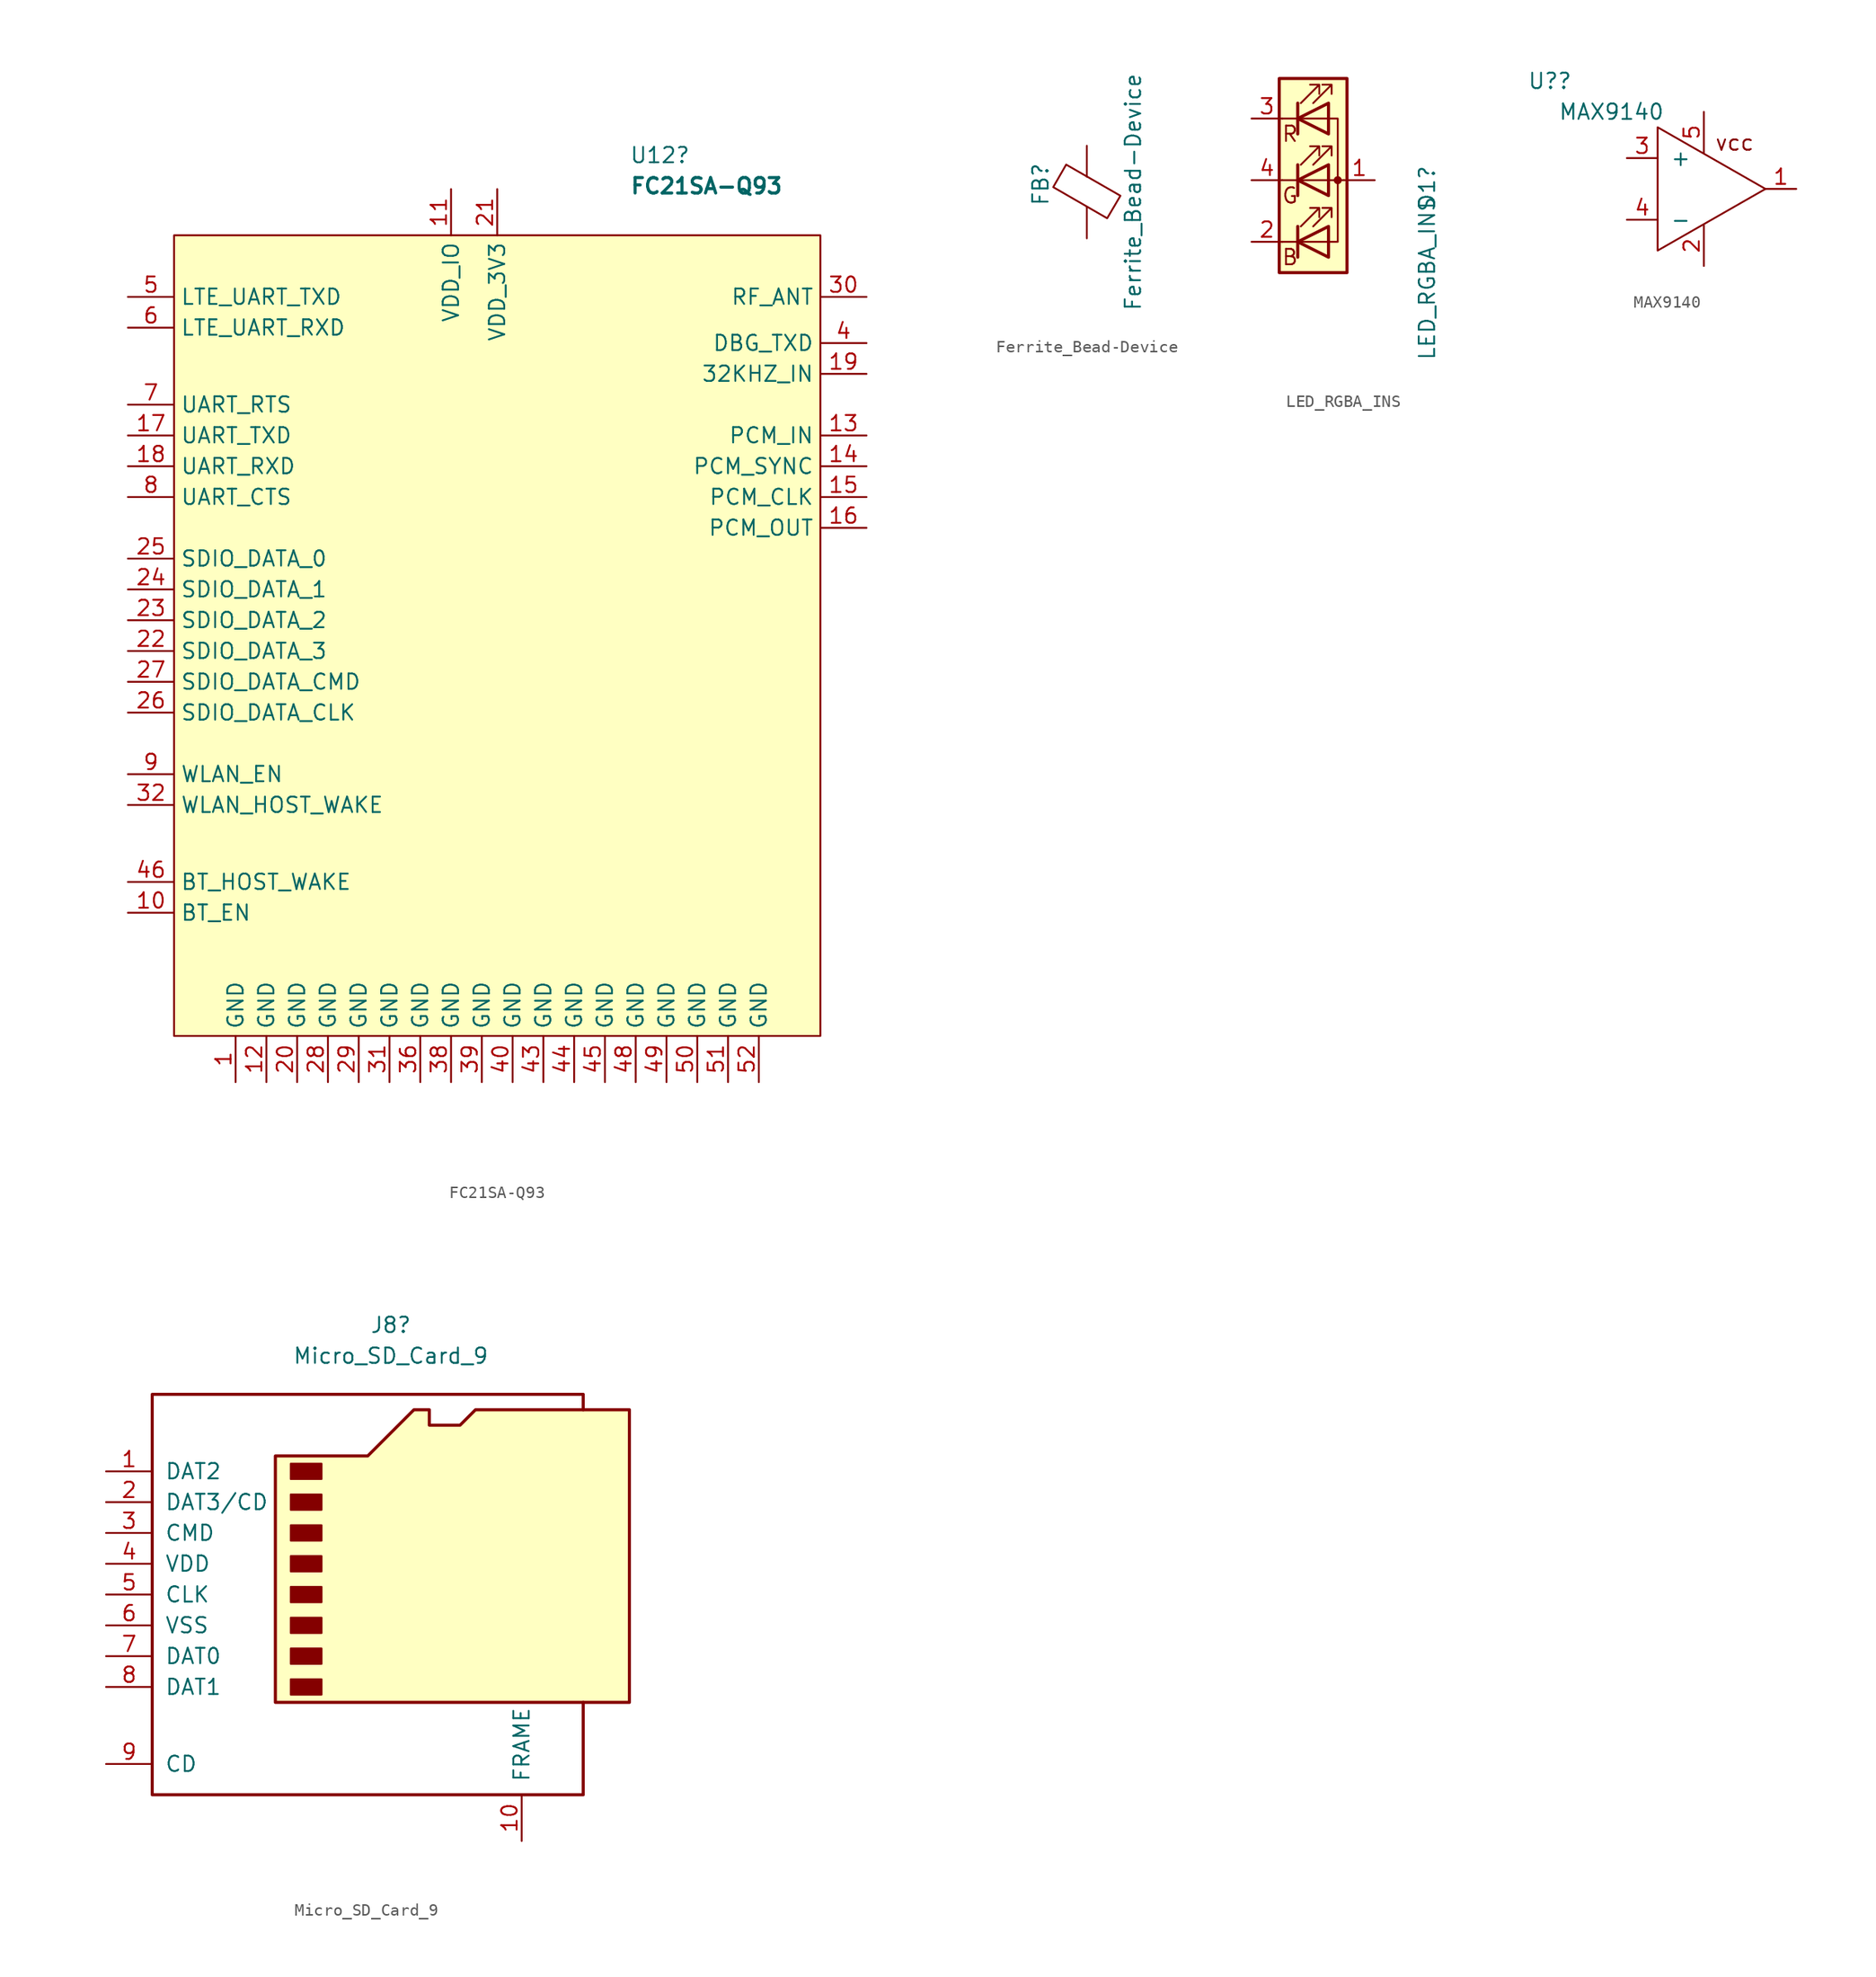
<source format=kicad_sym>
(kicad_symbol_lib
  (version 20220914)
  (generator kicad_symbol_editor)
  (symbol "FC21SA-Q93"
    (property "Reference" "U12"
      (at 24.879 4.064 0)
      (effects (font (size 1.27 1.27)) (justify left)))
    (property "Value" "FC21SA-Q93"
      (at 24.879 1.524 0)
      (effects (font (size 1.27 1.27) bold) (justify left)))
    (symbol "FC21SA-Q93_0_1"
      (rectangle (start -12.7 -2.54) (end 40.64 -68.58) (stroke (width 0) (type default)) (fill (type background))))
    (symbol "FC21SA-Q93_1_1"
      (pin power_in line (at -7.62 -72.39 90) (length 3.81) (name "GND" (effects (font (size 1.27 1.27)))) (number "1" (effects (font (size 1.27 1.27)))))
      (pin input line (at -16.51 -58.42 0) (length 3.81) (name "BT_EN" (effects (font (size 1.27 1.27)))) (number "10" (effects (font (size 1.27 1.27)))))
      (pin power_in line (at 10.16 1.27 270) (length 3.81) (name "VDD_IO" (effects (font (size 1.27 1.27)))) (number "11" (effects (font (size 1.27 1.27)))))
      (pin power_in line (at -5.08 -72.39 90) (length 3.81) (name "GND" (effects (font (size 1.27 1.27)))) (number "12" (effects (font (size 1.27 1.27)))))
      (pin input line (at 44.45 -19.05 180) (length 3.81) (name "PCM_IN" (effects (font (size 1.27 1.27)))) (number "13" (effects (font (size 1.27 1.27)))))
      (pin input line (at 44.45 -21.59 180) (length 3.81) (name "PCM_SYNC" (effects (font (size 1.27 1.27)))) (number "14" (effects (font (size 1.27 1.27)))))
      (pin input line (at 44.45 -24.13 180) (length 3.81) (name "PCM_CLK" (effects (font (size 1.27 1.27)))) (number "15" (effects (font (size 1.27 1.27)))))
      (pin output line (at 44.45 -26.67 180) (length 3.81) (name "PCM_OUT" (effects (font (size 1.27 1.27)))) (number "16" (effects (font (size 1.27 1.27)))))
      (pin output line (at -16.51 -19.05 0) (length 3.81) (name "UART_TXD" (effects (font (size 1.27 1.27)))) (number "17" (effects (font (size 1.27 1.27)))))
      (pin input line (at -16.51 -21.59 0) (length 3.81) (name "UART_RXD" (effects (font (size 1.27 1.27)))) (number "18" (effects (font (size 1.27 1.27)))))
      (pin input line (at 44.45 -13.97 180) (length 3.81) (name "32KHZ_IN" (effects (font (size 1.27 1.27)))) (number "19" (effects (font (size 1.27 1.27)))))
      (pin no_connect line (at 44.45 -38.1 180) (length 3.81) hide (name "RESV" (effects (font (size 1.27 1.27)))) (number "2" (effects (font (size 1.27 1.27)))))
      (pin power_in line (at -2.54 -72.39 90) (length 3.81) (name "GND" (effects (font (size 1.27 1.27)))) (number "20" (effects (font (size 1.27 1.27)))))
      (pin power_in line (at 13.97 1.27 270) (length 3.81) (name "VDD_3V3" (effects (font (size 1.27 1.27)))) (number "21" (effects (font (size 1.27 1.27)))))
      (pin bidirectional line (at -16.51 -36.83 0) (length 3.81) (name "SDIO_DATA_3" (effects (font (size 1.27 1.27)))) (number "22" (effects (font (size 1.27 1.27)))))
      (pin bidirectional line (at -16.51 -34.29 0) (length 3.81) (name "SDIO_DATA_2" (effects (font (size 1.27 1.27)))) (number "23" (effects (font (size 1.27 1.27)))))
      (pin bidirectional line (at -16.51 -31.75 0) (length 3.81) (name "SDIO_DATA_1" (effects (font (size 1.27 1.27)))) (number "24" (effects (font (size 1.27 1.27)))))
      (pin bidirectional line (at -16.51 -29.21 0) (length 3.81) (name "SDIO_DATA_0" (effects (font (size 1.27 1.27)))) (number "25" (effects (font (size 1.27 1.27)))))
      (pin input line (at -16.51 -41.91 0) (length 3.81) (name "SDIO_DATA_CLK" (effects (font (size 1.27 1.27)))) (number "26" (effects (font (size 1.27 1.27)))))
      (pin bidirectional line (at -16.51 -39.37 0) (length 3.81) (name "SDIO_DATA_CMD" (effects (font (size 1.27 1.27)))) (number "27" (effects (font (size 1.27 1.27)))))
      (pin power_in line (at 0 -72.39 90) (length 3.81) (name "GND" (effects (font (size 1.27 1.27)))) (number "28" (effects (font (size 1.27 1.27)))))
      (pin power_in line (at 2.54 -72.39 90) (length 3.81) (name "GND" (effects (font (size 1.27 1.27)))) (number "29" (effects (font (size 1.27 1.27)))))
      (pin no_connect line (at 44.45 -40.64 180) (length 3.81) hide (name "RESV" (effects (font (size 1.27 1.27)))) (number "3" (effects (font (size 1.27 1.27)))))
      (pin bidirectional line (at 44.45 -7.62 180) (length 3.81) (name "RF_ANT" (effects (font (size 1.27 1.27)))) (number "30" (effects (font (size 1.27 1.27)))))
      (pin power_in line (at 5.08 -72.39 90) (length 3.81) (name "GND" (effects (font (size 1.27 1.27)))) (number "31" (effects (font (size 1.27 1.27)))))
      (pin output line (at -16.51 -49.53 0) (length 3.81) (name "WLAN_HOST_WAKE" (effects (font (size 1.27 1.27)))) (number "32" (effects (font (size 1.27 1.27)))))
      (pin no_connect line (at 44.45 -43.18 180) (length 3.81) hide (name "RESV" (effects (font (size 1.27 1.27)))) (number "33" (effects (font (size 1.27 1.27)))))
      (pin no_connect line (at 44.45 -45.72 180) (length 3.81) hide (name "RESV" (effects (font (size 1.27 1.27)))) (number "34" (effects (font (size 1.27 1.27)))))
      (pin no_connect line (at 44.45 -48.26 180) (length 3.81) hide (name "RESV" (effects (font (size 1.27 1.27)))) (number "35" (effects (font (size 1.27 1.27)))))
      (pin power_in line (at 7.62 -72.39 90) (length 3.81) (name "GND" (effects (font (size 1.27 1.27)))) (number "36" (effects (font (size 1.27 1.27)))))
      (pin no_connect line (at 44.45 -50.8 180) (length 3.81) hide (name "RESV" (effects (font (size 1.27 1.27)))) (number "37" (effects (font (size 1.27 1.27)))))
      (pin power_in line (at 10.16 -72.39 90) (length 3.81) (name "GND" (effects (font (size 1.27 1.27)))) (number "38" (effects (font (size 1.27 1.27)))))
      (pin power_in line (at 12.7 -72.39 90) (length 3.81) (name "GND" (effects (font (size 1.27 1.27)))) (number "39" (effects (font (size 1.27 1.27)))))
      (pin output line (at 44.45 -11.43 180) (length 3.81) (name "DBG_TXD" (effects (font (size 1.27 1.27)))) (number "4" (effects (font (size 1.27 1.27)))))
      (pin power_in line (at 15.24 -72.39 90) (length 3.81) (name "GND" (effects (font (size 1.27 1.27)))) (number "40" (effects (font (size 1.27 1.27)))))
      (pin no_connect line (at 44.45 -53.34 180) (length 3.81) hide (name "RESV" (effects (font (size 1.27 1.27)))) (number "41" (effects (font (size 1.27 1.27)))))
      (pin no_connect line (at 44.45 -55.88 180) (length 3.81) hide (name "RESV" (effects (font (size 1.27 1.27)))) (number "42" (effects (font (size 1.27 1.27)))))
      (pin power_in line (at 17.78 -72.39 90) (length 3.81) (name "GND" (effects (font (size 1.27 1.27)))) (number "43" (effects (font (size 1.27 1.27)))))
      (pin power_in line (at 20.32 -72.39 90) (length 3.81) (name "GND" (effects (font (size 1.27 1.27)))) (number "44" (effects (font (size 1.27 1.27)))))
      (pin power_in line (at 22.86 -72.39 90) (length 3.81) (name "GND" (effects (font (size 1.27 1.27)))) (number "45" (effects (font (size 1.27 1.27)))))
      (pin output line (at -16.51 -55.88 0) (length 3.81) (name "BT_HOST_WAKE" (effects (font (size 1.27 1.27)))) (number "46" (effects (font (size 1.27 1.27)))))
      (pin no_connect line (at 44.45 -58.42 180) (length 3.81) hide (name "RESV" (effects (font (size 1.27 1.27)))) (number "47" (effects (font (size 1.27 1.27)))))
      (pin power_in line (at 25.4 -72.39 90) (length 3.81) (name "GND" (effects (font (size 1.27 1.27)))) (number "48" (effects (font (size 1.27 1.27)))))
      (pin power_in line (at 27.94 -72.39 90) (length 3.81) (name "GND" (effects (font (size 1.27 1.27)))) (number "49" (effects (font (size 1.27 1.27)))))
      (pin output line (at -16.51 -7.62 0) (length 3.81) (name "LTE_UART_TXD" (effects (font (size 1.27 1.27)))) (number "5" (effects (font (size 1.27 1.27)))))
      (pin power_in line (at 30.48 -72.39 90) (length 3.81) (name "GND" (effects (font (size 1.27 1.27)))) (number "50" (effects (font (size 1.27 1.27)))))
      (pin power_in line (at 33.02 -72.39 90) (length 3.81) (name "GND" (effects (font (size 1.27 1.27)))) (number "51" (effects (font (size 1.27 1.27)))))
      (pin power_in line (at 35.56 -72.39 90) (length 3.81) (name "GND" (effects (font (size 1.27 1.27)))) (number "52" (effects (font (size 1.27 1.27)))))
      (pin input line (at -16.51 -10.16 0) (length 3.81) (name "LTE_UART_RXD" (effects (font (size 1.27 1.27)))) (number "6" (effects (font (size 1.27 1.27)))))
      (pin output line (at -16.51 -16.51 0) (length 3.81) (name "UART_RTS" (effects (font (size 1.27 1.27)))) (number "7" (effects (font (size 1.27 1.27)))))
      (pin input line (at -16.51 -24.13 0) (length 3.81) (name "UART_CTS" (effects (font (size 1.27 1.27)))) (number "8" (effects (font (size 1.27 1.27)))))
      (pin input line (at -16.51 -46.99 0) (length 3.81) (name "WLAN_EN" (effects (font (size 1.27 1.27)))) (number "9" (effects (font (size 1.27 1.27)))))))
  (symbol "Ferrite_Bead-Device"
    (pin_numbers hide)
    (pin_names
      (offset 0))
    (property "Reference" "FB"
      (at -3.81 0.635 90)
      (effects (font (size 1.27 1.27))))
    (property "Value" "Ferrite_Bead-Device"
      (at 3.81 0 90)
      (effects (font (size 1.27 1.27))))
    (symbol "Ferrite_Bead-Device_0_1"
      (polyline (pts (xy 0 -1.27) (xy 0 -1.219)) (stroke (width 0) (type default)) (fill (type none)))
      (polyline (pts (xy 0 1.27) (xy 0 1.295)) (stroke (width 0) (type default)) (fill (type none)))
      (polyline (pts (xy -2.769 0.406) (xy -1.702 2.261) (xy 2.769 -0.305) (xy 1.676 -2.159) (xy -2.769 0.406)) (stroke (width 0) (type default)) (fill (type none))))
    (symbol "Ferrite_Bead-Device_1_1"
      (pin passive line (at 0 3.81 270) (length 2.54) (name "~" (effects (font (size 1.27 1.27)))) (number "1" (effects (font (size 1.27 1.27)))))
      (pin passive line (at 0 -3.81 90) (length 2.54) (name "~" (effects (font (size 1.27 1.27)))) (number "2" (effects (font (size 1.27 1.27)))))))
  (symbol "LED_RGBA_INS"
    (pin_names
      (offset 0) hide)
    (property "Reference" "D1"
      (at 9.398 1.27 90)
      (effects (font (size 1.27 1.27)) (justify right)))
    (property "Value" "LED_RGBA_INS"
      (at 9.398 -1.27 90)
      (effects (font (size 1.27 1.27)) (justify right)))
    (symbol "LED_RGBA_INS_0_0"
      (text "B" (at -1.905 -6.35 0) (effects (font (size 1.27 1.27))))
      (text "G" (at -1.905 -1.27 0) (effects (font (size 1.27 1.27))))
      (text "R" (at -1.905 3.81 0) (effects (font (size 1.27 1.27)))))
    (symbol "LED_RGBA_INS_0_1"
      (polyline (pts (xy -1.27 -5.08) (xy -2.54 -5.08)) (stroke (width 0) (type default)) (fill (type none)))
      (polyline (pts (xy -1.27 -5.08) (xy 1.27 -5.08)) (stroke (width 0) (type default)) (fill (type none)))
      (polyline (pts (xy -1.27 -3.81) (xy -1.27 -6.35)) (stroke (width 0.254) (type default)) (fill (type none)))
      (polyline (pts (xy -1.27 0) (xy -2.54 0)) (stroke (width 0) (type default)) (fill (type none)))
      (polyline (pts (xy -1.27 1.27) (xy -1.27 -1.27)) (stroke (width 0.254) (type default)) (fill (type none)))
      (polyline (pts (xy -1.27 5.08) (xy -2.54 5.08)) (stroke (width 0) (type default)) (fill (type none)))
      (polyline (pts (xy -1.27 5.08) (xy 1.27 5.08)) (stroke (width 0) (type default)) (fill (type none)))
      (polyline (pts (xy -1.27 6.35) (xy -1.27 3.81)) (stroke (width 0.254) (type default)) (fill (type none)))
      (polyline (pts (xy 1.27 0) (xy -1.27 0)) (stroke (width 0) (type default)) (fill (type none)))
      (polyline (pts (xy 1.27 0) (xy 2.54 0)) (stroke (width 0) (type default)) (fill (type none)))
      (polyline (pts (xy -1.27 1.27) (xy -1.27 -1.27) (xy -1.27 -1.27)) (stroke (width 0) (type default)) (fill (type none)))
      (polyline (pts (xy -1.27 6.35) (xy -1.27 3.81) (xy -1.27 3.81)) (stroke (width 0) (type default)) (fill (type none)))
      (polyline (pts (xy 1.27 -5.08) (xy 2.032 -5.08) (xy 2.032 5.08) (xy 1.27 5.08)) (stroke (width 0) (type default)) (fill (type none)))
      (polyline (pts (xy 1.27 -3.81) (xy 1.27 -6.35) (xy -1.27 -5.08) (xy 1.27 -3.81)) (stroke (width 0.254) (type default)) (fill (type none)))
      (polyline (pts (xy 1.27 1.27) (xy 1.27 -1.27) (xy -1.27 0) (xy 1.27 1.27)) (stroke (width 0.254) (type default)) (fill (type none)))
      (polyline (pts (xy 1.27 6.35) (xy 1.27 3.81) (xy -1.27 5.08) (xy 1.27 6.35)) (stroke (width 0.254) (type default)) (fill (type none)))
      (polyline (pts (xy -1.016 -3.81) (xy 0.508 -2.286) (xy -0.254 -2.286) (xy 0.508 -2.286) (xy 0.508 -3.048)) (stroke (width 0) (type default)) (fill (type none)))
      (polyline (pts (xy -1.016 1.27) (xy 0.508 2.794) (xy -0.254 2.794) (xy 0.508 2.794) (xy 0.508 2.032)) (stroke (width 0) (type default)) (fill (type none)))
      (polyline (pts (xy -1.016 6.35) (xy 0.508 7.874) (xy -0.254 7.874) (xy 0.508 7.874) (xy 0.508 7.112)) (stroke (width 0) (type default)) (fill (type none)))
      (polyline (pts (xy 0 -3.81) (xy 1.524 -2.286) (xy 0.762 -2.286) (xy 1.524 -2.286) (xy 1.524 -3.048)) (stroke (width 0) (type default)) (fill (type none)))
      (polyline (pts (xy 0 1.27) (xy 1.524 2.794) (xy 0.762 2.794) (xy 1.524 2.794) (xy 1.524 2.032)) (stroke (width 0) (type default)) (fill (type none)))
      (polyline (pts (xy 0 6.35) (xy 1.524 7.874) (xy 0.762 7.874) (xy 1.524 7.874) (xy 1.524 7.112)) (stroke (width 0) (type default)) (fill (type none)))
      (rectangle (start 1.27 -1.27) (end 1.27 1.27) (stroke (width 0) (type default)) (fill (type none)))
      (rectangle (start 1.27 1.27) (end 1.27 1.27) (stroke (width 0) (type default)) (fill (type none)))
      (rectangle (start 1.27 3.81) (end 1.27 6.35) (stroke (width 0) (type default)) (fill (type none)))
      (rectangle (start 1.27 6.35) (end 1.27 6.35) (stroke (width 0) (type default)) (fill (type none)))
      (circle (center 2.032 0) (radius 0.254) (stroke (width 0) (type default)) (fill (type outline)))
      (rectangle (start 2.794 8.382) (end -2.794 -7.62) (stroke (width 0.254) (type default)) (fill (type background))))
    (symbol "LED_RGBA_INS_1_1"
      (pin passive line (at 5.08 0 180) (length 2.54) (name "RK" (effects (font (size 1.27 1.27)))) (number "1" (effects (font (size 1.27 1.27)))))
      (pin passive line (at -5.08 -5.08 0) (length 2.54) (name "GK" (effects (font (size 1.27 1.27)))) (number "2" (effects (font (size 1.27 1.27)))))
      (pin passive line (at -5.08 5.08 0) (length 2.54) (name "BK" (effects (font (size 1.27 1.27)))) (number "3" (effects (font (size 1.27 1.27)))))
      (pin passive line (at -5.08 0 0) (length 2.54) (name "A" (effects (font (size 1.27 1.27)))) (number "4" (effects (font (size 1.27 1.27)))))))
  (symbol "MAX9140"
    (pin_names
      (offset 1.016))
    (property "Reference" "U?"
      (at -8.89 8.89 0)
      (effects (font (size 1.27 1.27))))
    (property "Value" "MAX9140"
      (at -3.81 6.35 0)
      (effects (font (size 1.27 1.27))))
    (symbol "MAX9140_1_0"
      (text "vcc" (at 6.35 3.81 0) (effects (font (size 1.27 1.27))))
      (pin output line (at 11.43 0 180) (length 2.54) (name "~" (effects (font (size 1.27 1.27)))) (number "1" (effects (font (size 1.27 1.27)))))
      (pin power_in line (at 3.81 -6.35 90) (length 3.353) (name "~" (effects (font (size 1.27 1.27)))) (number "2" (effects (font (size 1.27 1.27)))))
      (pin input line (at -2.54 2.54 0) (length 2.54) (name "+" (effects (font (size 1.27 1.27)))) (number "3" (effects (font (size 1.27 1.27)))))
      (pin input line (at -2.54 -2.54 0) (length 2.54) (name "-" (effects (font (size 1.27 1.27)))) (number "4" (effects (font (size 1.27 1.27)))))
      (pin power_in line (at 3.81 6.35 270) (length 3.353) (name "~" (effects (font (size 1.27 1.27)))) (number "5" (effects (font (size 1.27 1.27))))))
    (symbol "MAX9140_1_1"
      (polyline (pts (xy 0 -5.08) (xy 0 5.08) (xy 8.89 0) (xy 0 -5.08)) (stroke (width 0) (type default)) (fill (type none)))))
  (symbol "Micro_SD_Card_9"
    (pin_names
      (offset 1.016))
    (property "Reference" "J8"
      (at 0.635 19.685 0)
      (effects (font (size 1.27 1.27))))
    (property "Value" "Micro_SD_Card_9"
      (at 0.635 17.145 0)
      (effects (font (size 1.27 1.27))))
    (symbol "Micro_SD_Card_9_0_1"
      (rectangle (start -7.62 -9.525) (end -5.08 -10.795) (stroke (width 0) (type default)) (fill (type outline)))
      (rectangle (start -7.62 -6.985) (end -5.08 -8.255) (stroke (width 0) (type default)) (fill (type outline)))
      (rectangle (start -7.62 -4.445) (end -5.08 -5.715) (stroke (width 0) (type default)) (fill (type outline)))
      (rectangle (start -7.62 -1.905) (end -5.08 -3.175) (stroke (width 0) (type default)) (fill (type outline)))
      (rectangle (start -7.62 0.635) (end -5.08 -0.635) (stroke (width 0) (type default)) (fill (type outline)))
      (rectangle (start -7.62 3.175) (end -5.08 1.905) (stroke (width 0) (type default)) (fill (type outline)))
      (rectangle (start -7.62 5.715) (end -5.08 4.445) (stroke (width 0) (type default)) (fill (type outline)))
      (rectangle (start -7.62 8.255) (end -5.08 6.985) (stroke (width 0) (type default)) (fill (type outline)))
      (polyline (pts (xy 16.51 12.7) (xy 16.51 13.97) (xy -19.05 13.97) (xy -19.05 -19.05) (xy 16.51 -19.05) (xy 16.51 -11.43)) (stroke (width 0.254) (type default)) (fill (type none)))
      (polyline (pts (xy -8.89 -11.43) (xy -8.89 8.89) (xy -1.27 8.89) (xy 2.54 12.7) (xy 3.81 12.7) (xy 3.81 11.43) (xy 6.35 11.43) (xy 7.62 12.7) (xy 20.32 12.7) (xy 20.32 -11.43) (xy -8.89 -11.43)) (stroke (width 0.254) (type default)) (fill (type background))))
    (symbol "Micro_SD_Card_9_1_1"
      (pin bidirectional line (at -22.86 7.62 0) (length 3.81) (name "DAT2" (effects (font (size 1.27 1.27)))) (number "1" (effects (font (size 1.27 1.27)))))
      (pin passive line (at 11.43 -22.86 90) (length 3.81) (name "FRAME" (effects (font (size 1.27 1.27)))) (number "10" (effects (font (size 1.27 1.27)))))
      (pin bidirectional line (at -22.86 5.08 0) (length 3.81) (name "DAT3/CD" (effects (font (size 1.27 1.27)))) (number "2" (effects (font (size 1.27 1.27)))))
      (pin input line (at -22.86 2.54 0) (length 3.81) (name "CMD" (effects (font (size 1.27 1.27)))) (number "3" (effects (font (size 1.27 1.27)))))
      (pin power_in line (at -22.86 0 0) (length 3.81) (name "VDD" (effects (font (size 1.27 1.27)))) (number "4" (effects (font (size 1.27 1.27)))))
      (pin input line (at -22.86 -2.54 0) (length 3.81) (name "CLK" (effects (font (size 1.27 1.27)))) (number "5" (effects (font (size 1.27 1.27)))))
      (pin power_in line (at -22.86 -5.08 0) (length 3.81) (name "VSS" (effects (font (size 1.27 1.27)))) (number "6" (effects (font (size 1.27 1.27)))))
      (pin bidirectional line (at -22.86 -7.62 0) (length 3.81) (name "DAT0" (effects (font (size 1.27 1.27)))) (number "7" (effects (font (size 1.27 1.27)))))
      (pin bidirectional line (at -22.86 -10.16 0) (length 3.81) (name "DAT1" (effects (font (size 1.27 1.27)))) (number "8" (effects (font (size 1.27 1.27)))))
      (pin passive line (at -22.86 -16.51 0) (length 3.81) (name "CD" (effects (font (size 1.27 1.27)))) (number "9" (effects (font (size 1.27 1.27))))))))
</source>
